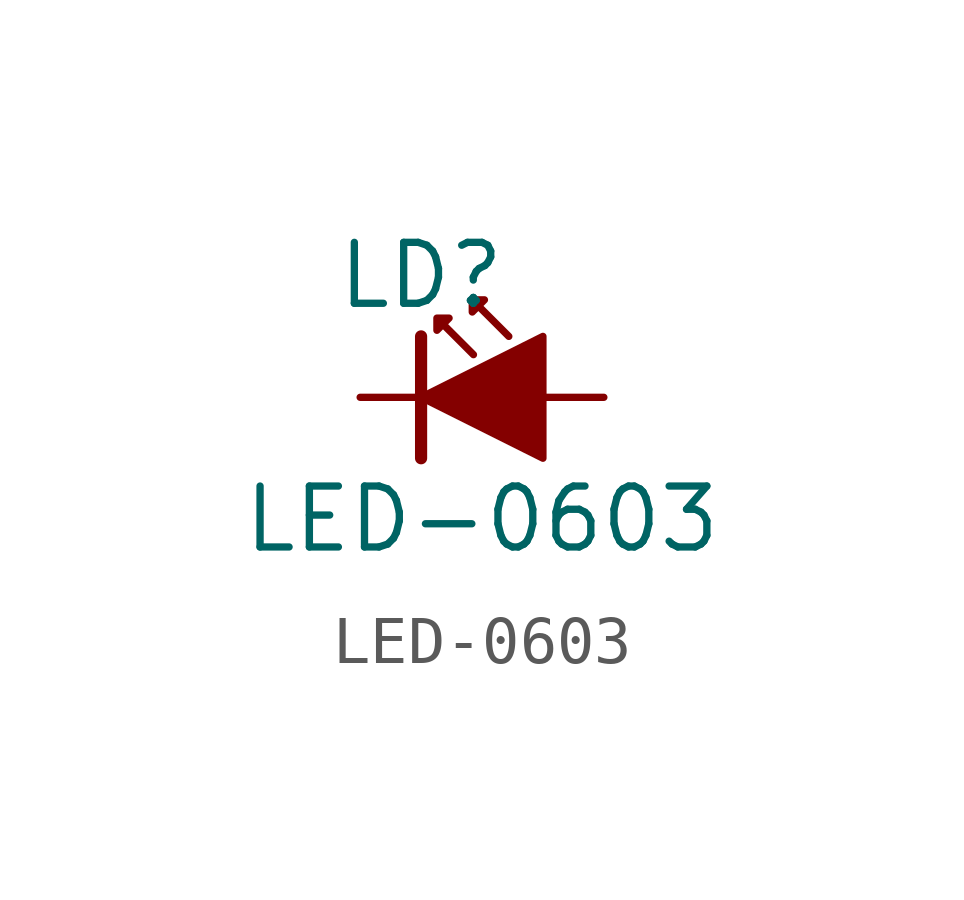
<source format=kicad_sym>
(kicad_symbol_lib
  (version 20211014)
  (generator kicad_symbol_editor)
  (symbol "LED-0603"
    (pin_numbers hide)
    (pin_names
      (offset 0) hide)
    (property "Reference" "LD"
      (at 1.27 2.54 0)
      (effects (font (size 1.27 1.27))))
    (property "Value" "LED-0603"
      (at 2.54 -2.54 0)
      (effects (font (size 1.27 1.27))))
    (symbol "LED-0603_0_1"
      (polyline (pts (xy 1.27 1.27) (xy 1.27 -1.27)) (stroke (width 0.254) (type default) (color 0 0 0 0)) (fill (type none)))
      (polyline (pts (xy 1.27 0) (xy 3.81 1.27) (xy 3.81 -1.27) (xy 1.27 0)) (stroke (width 0.152) (type default) (color 0 0 0 0)) (fill (type outline)))
      (polyline (pts (xy 2.362 0.889) (xy 1.6 1.651) (xy 1.6 1.397) (xy 1.854 1.651) (xy 1.6 1.651)) (stroke (width 0.152) (type default) (color 0 0 0 0)) (fill (type none)))
      (polyline (pts (xy 3.099 1.27) (xy 2.337 2.032) (xy 2.337 1.778) (xy 2.591 2.032) (xy 2.337 2.032)) (stroke (width 0.152) (type default) (color 0 0 0 0)) (fill (type none))))
    (symbol "LED-0603_1_1"
      (pin passive line (at 0 0 0) (length 1.27) (name "K" (effects (font (size 1.27 1.27)))) (number "1" (effects (font (size 1.27 1.27)))))
      (pin passive line (at 5.08 0 180) (length 1.27) (name "A" (effects (font (size 1.27 1.27)))) (number "2" (effects (font (size 1.27 1.27))))))))
</source>
